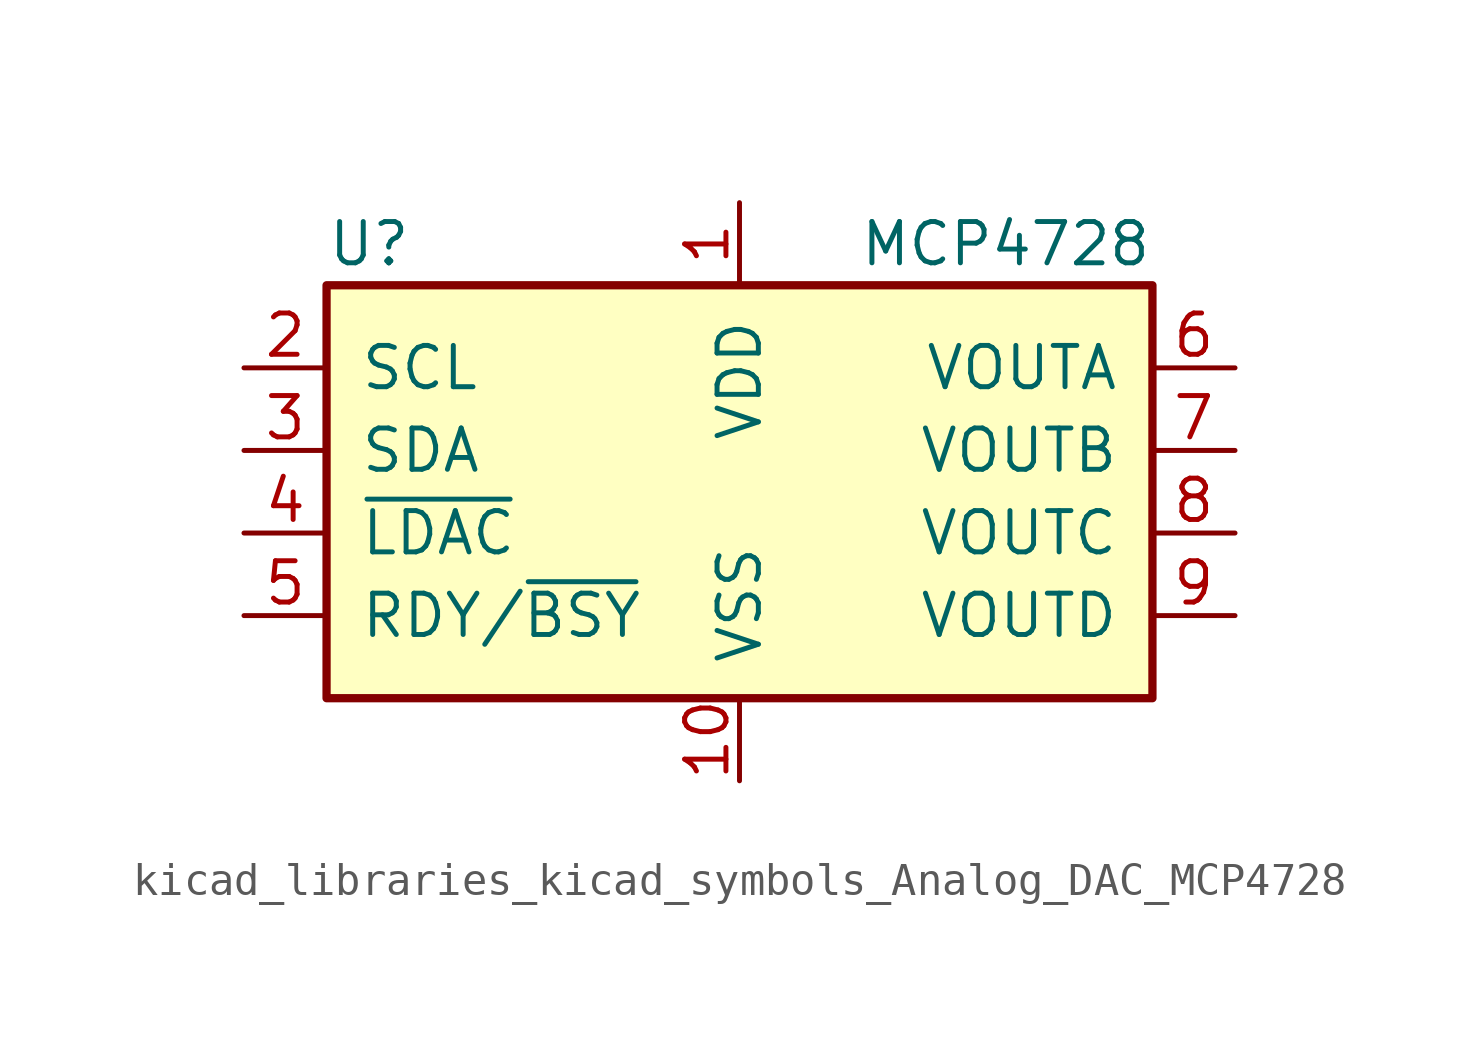
<source format=kicad_sym>
(kicad_symbol_lib
  (version 20220914)
  (generator kicad_symbol_editor)
  (symbol "kicad_libraries_kicad_symbols_Analog_DAC_MCP4728"
    (pin_names
      (offset 1.016))
    (property "Reference" "U"
      (at -12.7 6.35 0)
      (effects (font (size 1.27 1.27)) (justify left)))
    (property "Value" "MCP4728"
      (at 12.7 6.35 0)
      (effects (font (size 1.27 1.27)) (justify right)))
    (symbol "kicad_libraries_kicad_symbols_Analog_DAC_MCP4728_0_1"
      (rectangle (start -12.7 5.08) (end 12.7 -7.62) (stroke (width 0.254) (type default)) (fill (type background))))
    (symbol "kicad_libraries_kicad_symbols_Analog_DAC_MCP4728_1_1"
      (pin power_in line (at 0 7.62 270) (length 2.54) (name "VDD" (effects (font (size 1.27 1.27)))) (number "1" (effects (font (size 1.27 1.27)))))
      (pin power_in line (at 0 -10.16 90) (length 2.54) (name "VSS" (effects (font (size 1.27 1.27)))) (number "10" (effects (font (size 1.27 1.27)))))
      (pin input line (at -15.24 2.54 0) (length 2.54) (name "SCL" (effects (font (size 1.27 1.27)))) (number "2" (effects (font (size 1.27 1.27)))))
      (pin bidirectional line (at -15.24 0 0) (length 2.54) (name "SDA" (effects (font (size 1.27 1.27)))) (number "3" (effects (font (size 1.27 1.27)))))
      (pin input line (at -15.24 -2.54 0) (length 2.54) (name "~{LDAC}" (effects (font (size 1.27 1.27)))) (number "4" (effects (font (size 1.27 1.27)))))
      (pin output line (at -15.24 -5.08 0) (length 2.54) (name "RDY/~{BSY}" (effects (font (size 1.27 1.27)))) (number "5" (effects (font (size 1.27 1.27)))))
      (pin output line (at 15.24 2.54 180) (length 2.54) (name "VOUTA" (effects (font (size 1.27 1.27)))) (number "6" (effects (font (size 1.27 1.27)))))
      (pin output line (at 15.24 0 180) (length 2.54) (name "VOUTB" (effects (font (size 1.27 1.27)))) (number "7" (effects (font (size 1.27 1.27)))))
      (pin output line (at 15.24 -2.54 180) (length 2.54) (name "VOUTC" (effects (font (size 1.27 1.27)))) (number "8" (effects (font (size 1.27 1.27)))))
      (pin output line (at 15.24 -5.08 180) (length 2.54) (name "VOUTD" (effects (font (size 1.27 1.27)))) (number "9" (effects (font (size 1.27 1.27))))))))
</source>
